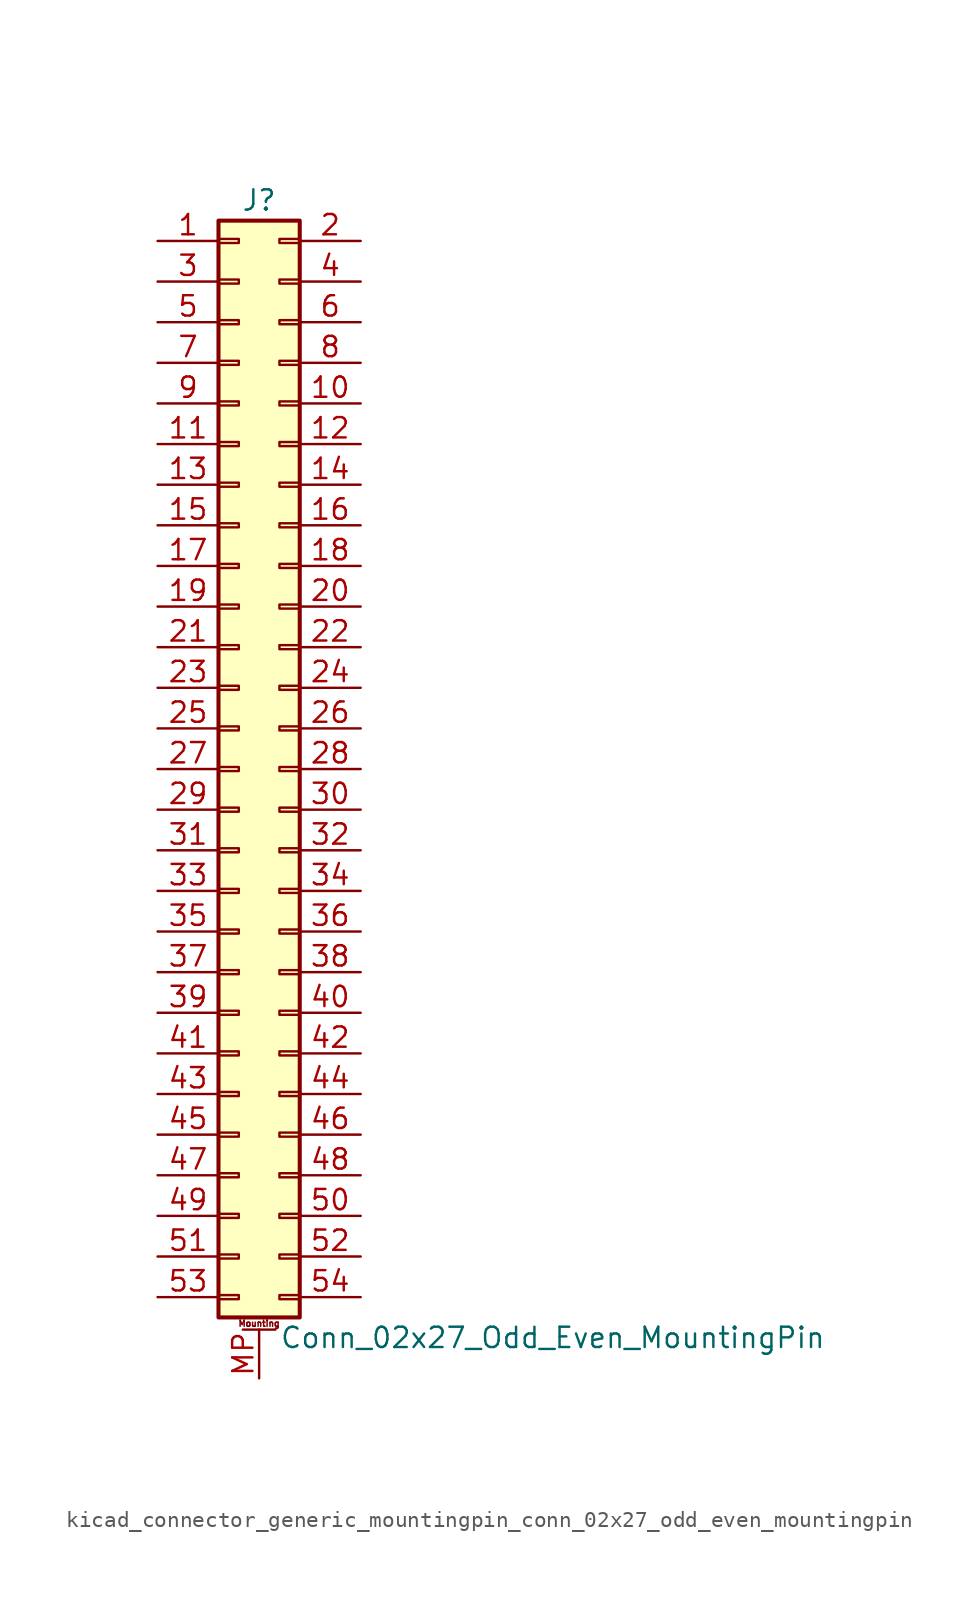
<source format=kicad_sym>
(kicad_symbol_lib
  (version 20220914)
  (generator kicad_symbol_editor)
  (symbol "kicad_connector_generic_mountingpin_conn_02x27_odd_even_mountingpin"
    (pin_names
      (offset 1.016) hide)
    (property "Reference" "J"
      (at 1.27 35.56 0)
      (effects (font (size 1.27 1.27))))
    (property "Value" "Conn_02x27_Odd_Even_MountingPin"
      (at 2.54 -35.56 0)
      (effects (font (size 1.27 1.27)) (justify left)))
    (symbol "kicad_connector_generic_mountingpin_conn_02x27_odd_even_mountingpin_1_1"
      (rectangle (start -1.27 -32.893) (end 0 -33.147) (stroke (width 0.152) (type default)) (fill (type none)))
      (rectangle (start -1.27 -30.353) (end 0 -30.607) (stroke (width 0.152) (type default)) (fill (type none)))
      (rectangle (start -1.27 -27.813) (end 0 -28.067) (stroke (width 0.152) (type default)) (fill (type none)))
      (rectangle (start -1.27 -25.273) (end 0 -25.527) (stroke (width 0.152) (type default)) (fill (type none)))
      (rectangle (start -1.27 -22.733) (end 0 -22.987) (stroke (width 0.152) (type default)) (fill (type none)))
      (rectangle (start -1.27 -20.193) (end 0 -20.447) (stroke (width 0.152) (type default)) (fill (type none)))
      (rectangle (start -1.27 -17.653) (end 0 -17.907) (stroke (width 0.152) (type default)) (fill (type none)))
      (rectangle (start -1.27 -15.113) (end 0 -15.367) (stroke (width 0.152) (type default)) (fill (type none)))
      (rectangle (start -1.27 -12.573) (end 0 -12.827) (stroke (width 0.152) (type default)) (fill (type none)))
      (rectangle (start -1.27 -10.033) (end 0 -10.287) (stroke (width 0.152) (type default)) (fill (type none)))
      (rectangle (start -1.27 -7.493) (end 0 -7.747) (stroke (width 0.152) (type default)) (fill (type none)))
      (rectangle (start -1.27 -4.953) (end 0 -5.207) (stroke (width 0.152) (type default)) (fill (type none)))
      (rectangle (start -1.27 -2.413) (end 0 -2.667) (stroke (width 0.152) (type default)) (fill (type none)))
      (rectangle (start -1.27 0.127) (end 0 -0.127) (stroke (width 0.152) (type default)) (fill (type none)))
      (rectangle (start -1.27 2.667) (end 0 2.413) (stroke (width 0.152) (type default)) (fill (type none)))
      (rectangle (start -1.27 5.207) (end 0 4.953) (stroke (width 0.152) (type default)) (fill (type none)))
      (rectangle (start -1.27 7.747) (end 0 7.493) (stroke (width 0.152) (type default)) (fill (type none)))
      (rectangle (start -1.27 10.287) (end 0 10.033) (stroke (width 0.152) (type default)) (fill (type none)))
      (rectangle (start -1.27 12.827) (end 0 12.573) (stroke (width 0.152) (type default)) (fill (type none)))
      (rectangle (start -1.27 15.367) (end 0 15.113) (stroke (width 0.152) (type default)) (fill (type none)))
      (rectangle (start -1.27 17.907) (end 0 17.653) (stroke (width 0.152) (type default)) (fill (type none)))
      (rectangle (start -1.27 20.447) (end 0 20.193) (stroke (width 0.152) (type default)) (fill (type none)))
      (rectangle (start -1.27 22.987) (end 0 22.733) (stroke (width 0.152) (type default)) (fill (type none)))
      (rectangle (start -1.27 25.527) (end 0 25.273) (stroke (width 0.152) (type default)) (fill (type none)))
      (rectangle (start -1.27 28.067) (end 0 27.813) (stroke (width 0.152) (type default)) (fill (type none)))
      (rectangle (start -1.27 30.607) (end 0 30.353) (stroke (width 0.152) (type default)) (fill (type none)))
      (rectangle (start -1.27 33.147) (end 0 32.893) (stroke (width 0.152) (type default)) (fill (type none)))
      (rectangle (start -1.27 34.29) (end 3.81 -34.29) (stroke (width 0.254) (type default)) (fill (type background)))
      (polyline (pts (xy 0.254 -35.052) (xy 2.286 -35.052)) (stroke (width 0.152) (type default)) (fill (type none)))
      (rectangle (start 3.81 -32.893) (end 2.54 -33.147) (stroke (width 0.152) (type default)) (fill (type none)))
      (rectangle (start 3.81 -30.353) (end 2.54 -30.607) (stroke (width 0.152) (type default)) (fill (type none)))
      (rectangle (start 3.81 -27.813) (end 2.54 -28.067) (stroke (width 0.152) (type default)) (fill (type none)))
      (rectangle (start 3.81 -25.273) (end 2.54 -25.527) (stroke (width 0.152) (type default)) (fill (type none)))
      (rectangle (start 3.81 -22.733) (end 2.54 -22.987) (stroke (width 0.152) (type default)) (fill (type none)))
      (rectangle (start 3.81 -20.193) (end 2.54 -20.447) (stroke (width 0.152) (type default)) (fill (type none)))
      (rectangle (start 3.81 -17.653) (end 2.54 -17.907) (stroke (width 0.152) (type default)) (fill (type none)))
      (rectangle (start 3.81 -15.113) (end 2.54 -15.367) (stroke (width 0.152) (type default)) (fill (type none)))
      (rectangle (start 3.81 -12.573) (end 2.54 -12.827) (stroke (width 0.152) (type default)) (fill (type none)))
      (rectangle (start 3.81 -10.033) (end 2.54 -10.287) (stroke (width 0.152) (type default)) (fill (type none)))
      (rectangle (start 3.81 -7.493) (end 2.54 -7.747) (stroke (width 0.152) (type default)) (fill (type none)))
      (rectangle (start 3.81 -4.953) (end 2.54 -5.207) (stroke (width 0.152) (type default)) (fill (type none)))
      (rectangle (start 3.81 -2.413) (end 2.54 -2.667) (stroke (width 0.152) (type default)) (fill (type none)))
      (rectangle (start 3.81 0.127) (end 2.54 -0.127) (stroke (width 0.152) (type default)) (fill (type none)))
      (rectangle (start 3.81 2.667) (end 2.54 2.413) (stroke (width 0.152) (type default)) (fill (type none)))
      (rectangle (start 3.81 5.207) (end 2.54 4.953) (stroke (width 0.152) (type default)) (fill (type none)))
      (rectangle (start 3.81 7.747) (end 2.54 7.493) (stroke (width 0.152) (type default)) (fill (type none)))
      (rectangle (start 3.81 10.287) (end 2.54 10.033) (stroke (width 0.152) (type default)) (fill (type none)))
      (rectangle (start 3.81 12.827) (end 2.54 12.573) (stroke (width 0.152) (type default)) (fill (type none)))
      (rectangle (start 3.81 15.367) (end 2.54 15.113) (stroke (width 0.152) (type default)) (fill (type none)))
      (rectangle (start 3.81 17.907) (end 2.54 17.653) (stroke (width 0.152) (type default)) (fill (type none)))
      (rectangle (start 3.81 20.447) (end 2.54 20.193) (stroke (width 0.152) (type default)) (fill (type none)))
      (rectangle (start 3.81 22.987) (end 2.54 22.733) (stroke (width 0.152) (type default)) (fill (type none)))
      (rectangle (start 3.81 25.527) (end 2.54 25.273) (stroke (width 0.152) (type default)) (fill (type none)))
      (rectangle (start 3.81 28.067) (end 2.54 27.813) (stroke (width 0.152) (type default)) (fill (type none)))
      (rectangle (start 3.81 30.607) (end 2.54 30.353) (stroke (width 0.152) (type default)) (fill (type none)))
      (rectangle (start 3.81 33.147) (end 2.54 32.893) (stroke (width 0.152) (type default)) (fill (type none)))
      (text "Mounting" (at 1.27 -34.671 0) (effects (font (size 0.381 0.381))))
      (pin passive line (at -5.08 33.02 0) (length 3.81) (name "Pin_1" (effects (font (size 1.27 1.27)))) (number "1" (effects (font (size 1.27 1.27)))))
      (pin passive line (at 7.62 22.86 180) (length 3.81) (name "Pin_10" (effects (font (size 1.27 1.27)))) (number "10" (effects (font (size 1.27 1.27)))))
      (pin passive line (at -5.08 20.32 0) (length 3.81) (name "Pin_11" (effects (font (size 1.27 1.27)))) (number "11" (effects (font (size 1.27 1.27)))))
      (pin passive line (at 7.62 20.32 180) (length 3.81) (name "Pin_12" (effects (font (size 1.27 1.27)))) (number "12" (effects (font (size 1.27 1.27)))))
      (pin passive line (at -5.08 17.78 0) (length 3.81) (name "Pin_13" (effects (font (size 1.27 1.27)))) (number "13" (effects (font (size 1.27 1.27)))))
      (pin passive line (at 7.62 17.78 180) (length 3.81) (name "Pin_14" (effects (font (size 1.27 1.27)))) (number "14" (effects (font (size 1.27 1.27)))))
      (pin passive line (at -5.08 15.24 0) (length 3.81) (name "Pin_15" (effects (font (size 1.27 1.27)))) (number "15" (effects (font (size 1.27 1.27)))))
      (pin passive line (at 7.62 15.24 180) (length 3.81) (name "Pin_16" (effects (font (size 1.27 1.27)))) (number "16" (effects (font (size 1.27 1.27)))))
      (pin passive line (at -5.08 12.7 0) (length 3.81) (name "Pin_17" (effects (font (size 1.27 1.27)))) (number "17" (effects (font (size 1.27 1.27)))))
      (pin passive line (at 7.62 12.7 180) (length 3.81) (name "Pin_18" (effects (font (size 1.27 1.27)))) (number "18" (effects (font (size 1.27 1.27)))))
      (pin passive line (at -5.08 10.16 0) (length 3.81) (name "Pin_19" (effects (font (size 1.27 1.27)))) (number "19" (effects (font (size 1.27 1.27)))))
      (pin passive line (at 7.62 33.02 180) (length 3.81) (name "Pin_2" (effects (font (size 1.27 1.27)))) (number "2" (effects (font (size 1.27 1.27)))))
      (pin passive line (at 7.62 10.16 180) (length 3.81) (name "Pin_20" (effects (font (size 1.27 1.27)))) (number "20" (effects (font (size 1.27 1.27)))))
      (pin passive line (at -5.08 7.62 0) (length 3.81) (name "Pin_21" (effects (font (size 1.27 1.27)))) (number "21" (effects (font (size 1.27 1.27)))))
      (pin passive line (at 7.62 7.62 180) (length 3.81) (name "Pin_22" (effects (font (size 1.27 1.27)))) (number "22" (effects (font (size 1.27 1.27)))))
      (pin passive line (at -5.08 5.08 0) (length 3.81) (name "Pin_23" (effects (font (size 1.27 1.27)))) (number "23" (effects (font (size 1.27 1.27)))))
      (pin passive line (at 7.62 5.08 180) (length 3.81) (name "Pin_24" (effects (font (size 1.27 1.27)))) (number "24" (effects (font (size 1.27 1.27)))))
      (pin passive line (at -5.08 2.54 0) (length 3.81) (name "Pin_25" (effects (font (size 1.27 1.27)))) (number "25" (effects (font (size 1.27 1.27)))))
      (pin passive line (at 7.62 2.54 180) (length 3.81) (name "Pin_26" (effects (font (size 1.27 1.27)))) (number "26" (effects (font (size 1.27 1.27)))))
      (pin passive line (at -5.08 0 0) (length 3.81) (name "Pin_27" (effects (font (size 1.27 1.27)))) (number "27" (effects (font (size 1.27 1.27)))))
      (pin passive line (at 7.62 0 180) (length 3.81) (name "Pin_28" (effects (font (size 1.27 1.27)))) (number "28" (effects (font (size 1.27 1.27)))))
      (pin passive line (at -5.08 -2.54 0) (length 3.81) (name "Pin_29" (effects (font (size 1.27 1.27)))) (number "29" (effects (font (size 1.27 1.27)))))
      (pin passive line (at -5.08 30.48 0) (length 3.81) (name "Pin_3" (effects (font (size 1.27 1.27)))) (number "3" (effects (font (size 1.27 1.27)))))
      (pin passive line (at 7.62 -2.54 180) (length 3.81) (name "Pin_30" (effects (font (size 1.27 1.27)))) (number "30" (effects (font (size 1.27 1.27)))))
      (pin passive line (at -5.08 -5.08 0) (length 3.81) (name "Pin_31" (effects (font (size 1.27 1.27)))) (number "31" (effects (font (size 1.27 1.27)))))
      (pin passive line (at 7.62 -5.08 180) (length 3.81) (name "Pin_32" (effects (font (size 1.27 1.27)))) (number "32" (effects (font (size 1.27 1.27)))))
      (pin passive line (at -5.08 -7.62 0) (length 3.81) (name "Pin_33" (effects (font (size 1.27 1.27)))) (number "33" (effects (font (size 1.27 1.27)))))
      (pin passive line (at 7.62 -7.62 180) (length 3.81) (name "Pin_34" (effects (font (size 1.27 1.27)))) (number "34" (effects (font (size 1.27 1.27)))))
      (pin passive line (at -5.08 -10.16 0) (length 3.81) (name "Pin_35" (effects (font (size 1.27 1.27)))) (number "35" (effects (font (size 1.27 1.27)))))
      (pin passive line (at 7.62 -10.16 180) (length 3.81) (name "Pin_36" (effects (font (size 1.27 1.27)))) (number "36" (effects (font (size 1.27 1.27)))))
      (pin passive line (at -5.08 -12.7 0) (length 3.81) (name "Pin_37" (effects (font (size 1.27 1.27)))) (number "37" (effects (font (size 1.27 1.27)))))
      (pin passive line (at 7.62 -12.7 180) (length 3.81) (name "Pin_38" (effects (font (size 1.27 1.27)))) (number "38" (effects (font (size 1.27 1.27)))))
      (pin passive line (at -5.08 -15.24 0) (length 3.81) (name "Pin_39" (effects (font (size 1.27 1.27)))) (number "39" (effects (font (size 1.27 1.27)))))
      (pin passive line (at 7.62 30.48 180) (length 3.81) (name "Pin_4" (effects (font (size 1.27 1.27)))) (number "4" (effects (font (size 1.27 1.27)))))
      (pin passive line (at 7.62 -15.24 180) (length 3.81) (name "Pin_40" (effects (font (size 1.27 1.27)))) (number "40" (effects (font (size 1.27 1.27)))))
      (pin passive line (at -5.08 -17.78 0) (length 3.81) (name "Pin_41" (effects (font (size 1.27 1.27)))) (number "41" (effects (font (size 1.27 1.27)))))
      (pin passive line (at 7.62 -17.78 180) (length 3.81) (name "Pin_42" (effects (font (size 1.27 1.27)))) (number "42" (effects (font (size 1.27 1.27)))))
      (pin passive line (at -5.08 -20.32 0) (length 3.81) (name "Pin_43" (effects (font (size 1.27 1.27)))) (number "43" (effects (font (size 1.27 1.27)))))
      (pin passive line (at 7.62 -20.32 180) (length 3.81) (name "Pin_44" (effects (font (size 1.27 1.27)))) (number "44" (effects (font (size 1.27 1.27)))))
      (pin passive line (at -5.08 -22.86 0) (length 3.81) (name "Pin_45" (effects (font (size 1.27 1.27)))) (number "45" (effects (font (size 1.27 1.27)))))
      (pin passive line (at 7.62 -22.86 180) (length 3.81) (name "Pin_46" (effects (font (size 1.27 1.27)))) (number "46" (effects (font (size 1.27 1.27)))))
      (pin passive line (at -5.08 -25.4 0) (length 3.81) (name "Pin_47" (effects (font (size 1.27 1.27)))) (number "47" (effects (font (size 1.27 1.27)))))
      (pin passive line (at 7.62 -25.4 180) (length 3.81) (name "Pin_48" (effects (font (size 1.27 1.27)))) (number "48" (effects (font (size 1.27 1.27)))))
      (pin passive line (at -5.08 -27.94 0) (length 3.81) (name "Pin_49" (effects (font (size 1.27 1.27)))) (number "49" (effects (font (size 1.27 1.27)))))
      (pin passive line (at -5.08 27.94 0) (length 3.81) (name "Pin_5" (effects (font (size 1.27 1.27)))) (number "5" (effects (font (size 1.27 1.27)))))
      (pin passive line (at 7.62 -27.94 180) (length 3.81) (name "Pin_50" (effects (font (size 1.27 1.27)))) (number "50" (effects (font (size 1.27 1.27)))))
      (pin passive line (at -5.08 -30.48 0) (length 3.81) (name "Pin_51" (effects (font (size 1.27 1.27)))) (number "51" (effects (font (size 1.27 1.27)))))
      (pin passive line (at 7.62 -30.48 180) (length 3.81) (name "Pin_52" (effects (font (size 1.27 1.27)))) (number "52" (effects (font (size 1.27 1.27)))))
      (pin passive line (at -5.08 -33.02 0) (length 3.81) (name "Pin_53" (effects (font (size 1.27 1.27)))) (number "53" (effects (font (size 1.27 1.27)))))
      (pin passive line (at 7.62 -33.02 180) (length 3.81) (name "Pin_54" (effects (font (size 1.27 1.27)))) (number "54" (effects (font (size 1.27 1.27)))))
      (pin passive line (at 7.62 27.94 180) (length 3.81) (name "Pin_6" (effects (font (size 1.27 1.27)))) (number "6" (effects (font (size 1.27 1.27)))))
      (pin passive line (at -5.08 25.4 0) (length 3.81) (name "Pin_7" (effects (font (size 1.27 1.27)))) (number "7" (effects (font (size 1.27 1.27)))))
      (pin passive line (at 7.62 25.4 180) (length 3.81) (name "Pin_8" (effects (font (size 1.27 1.27)))) (number "8" (effects (font (size 1.27 1.27)))))
      (pin passive line (at -5.08 22.86 0) (length 3.81) (name "Pin_9" (effects (font (size 1.27 1.27)))) (number "9" (effects (font (size 1.27 1.27)))))
      (pin passive line (at 1.27 -38.1 90) (length 3.048) (name "MountPin" (effects (font (size 1.27 1.27)))) (number "MP" (effects (font (size 1.27 1.27))))))))
</source>
